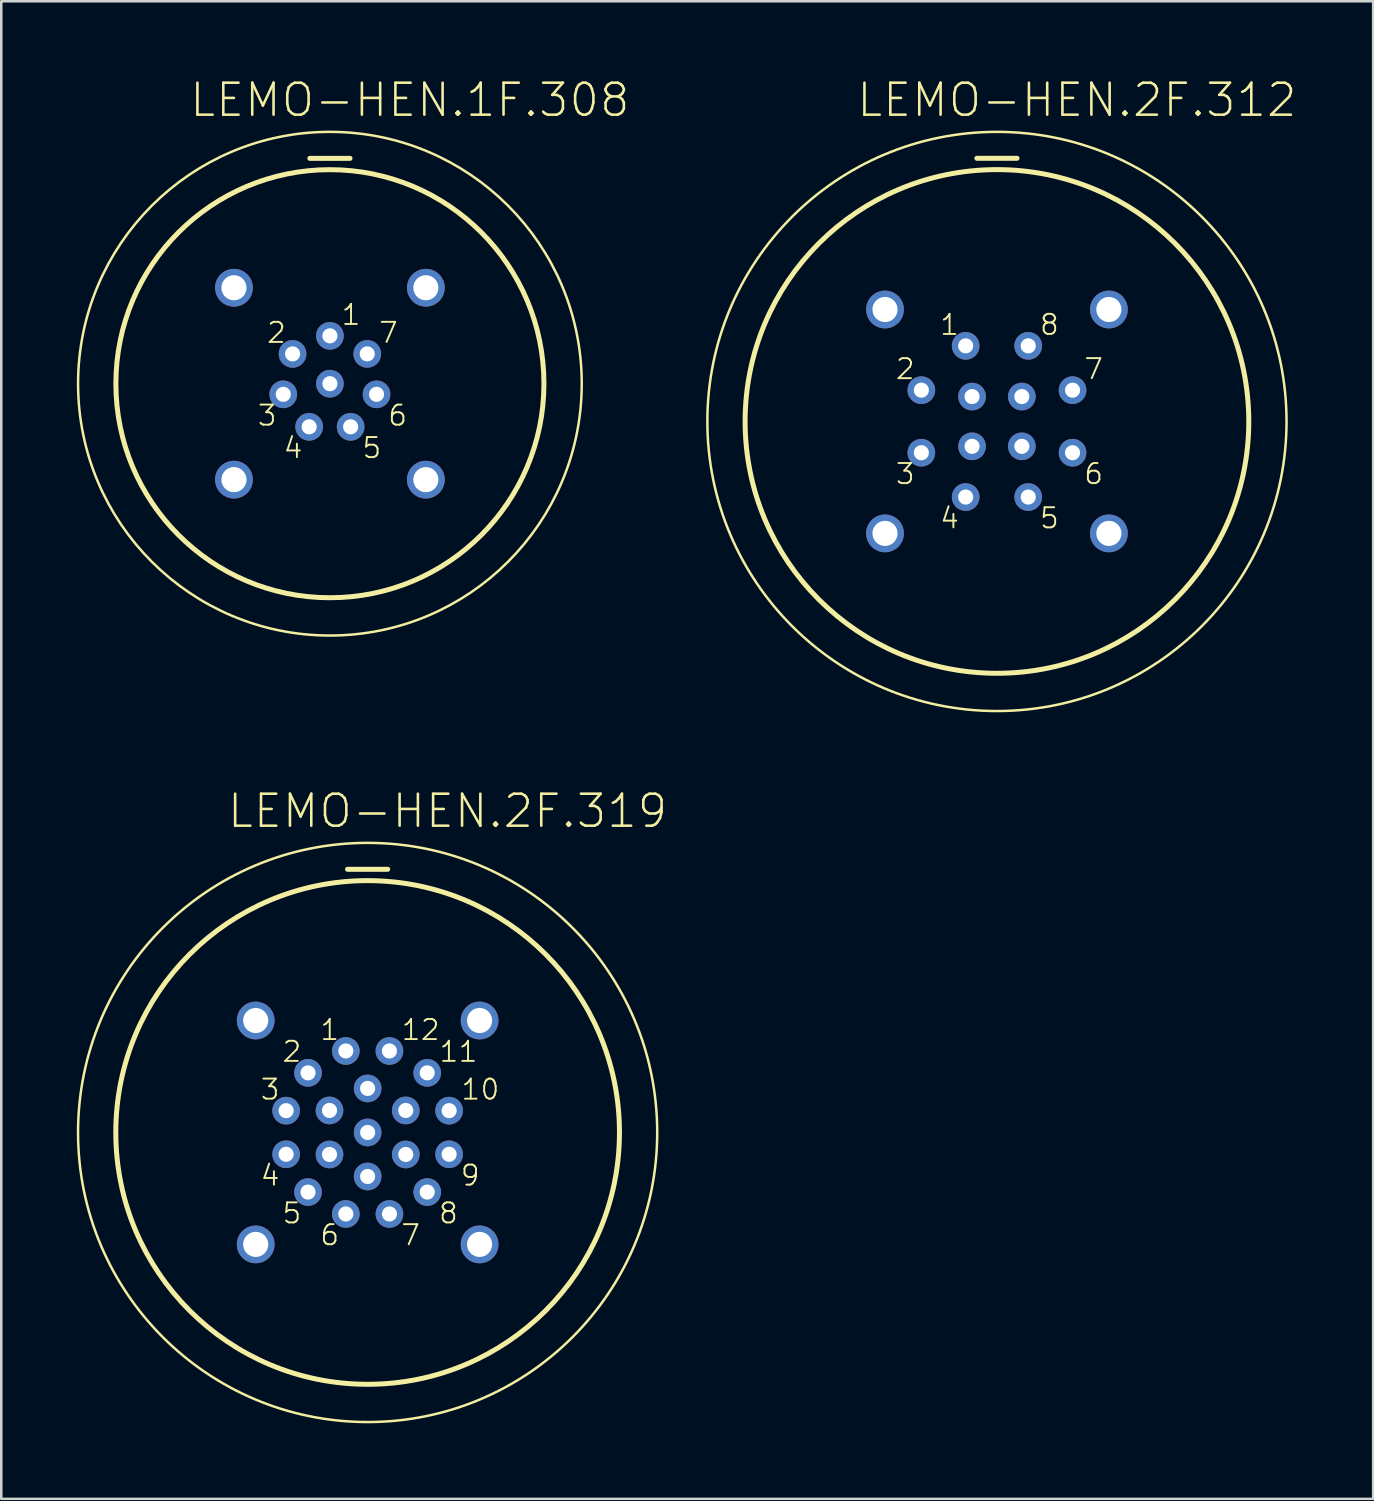
<source format=kicad_pcb>
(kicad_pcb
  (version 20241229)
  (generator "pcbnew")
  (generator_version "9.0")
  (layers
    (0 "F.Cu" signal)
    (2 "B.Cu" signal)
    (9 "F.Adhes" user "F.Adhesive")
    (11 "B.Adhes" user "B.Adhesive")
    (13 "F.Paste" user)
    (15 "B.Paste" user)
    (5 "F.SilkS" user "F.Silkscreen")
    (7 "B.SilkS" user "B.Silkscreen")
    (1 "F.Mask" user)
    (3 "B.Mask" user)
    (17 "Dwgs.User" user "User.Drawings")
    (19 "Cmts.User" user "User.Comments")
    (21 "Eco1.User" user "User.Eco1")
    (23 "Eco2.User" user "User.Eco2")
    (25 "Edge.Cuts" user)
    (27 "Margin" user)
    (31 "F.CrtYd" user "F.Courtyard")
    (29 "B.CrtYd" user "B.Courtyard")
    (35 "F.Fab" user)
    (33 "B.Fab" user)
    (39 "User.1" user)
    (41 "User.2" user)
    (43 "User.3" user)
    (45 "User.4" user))
  (footprint "LEMO-HEN.2F.319"
    (layer "F.Cu")
    (at 11.548 41.918)
    (property "Reference" "LEMO-HEN.2F.319" (at 3.175 -12.764 0) (layer "F.SilkS") (effects (font (size 1.27 1.27) (thickness 0.102))))
    (attr exclude_from_pos_files exclude_from_bom)
    (fp_line (start -0.798 -10.45) (end 0.798 -10.45) (stroke (width 0.198) (type solid)) (layer "F.SilkS"))
    (fp_circle (center 0 0) (end 0 -11.499) (stroke (width 0.099) (type solid)) (fill no) (layer "F.SilkS"))
    (fp_circle (center 0 0) (end 0 -10) (stroke (width 0.198) (type solid)) (fill no) (layer "F.SilkS"))
    (fp_text user "12" (at 2.106 -4.074 0) (layer "F.SilkS") (effects (font (size 0.798 0.798) (thickness 0.076))))
    (fp_text user "6" (at -1.506 4.074 0) (layer "F.SilkS") (effects (font (size 0.798 0.798) (thickness 0.076))))
    (fp_text user "9" (at 4.074 1.707 0) (layer "F.SilkS") (effects (font (size 0.798 0.798) (thickness 0.076))))
    (fp_text user "3" (at -3.873 -1.707 0) (layer "F.SilkS") (effects (font (size 0.798 0.798) (thickness 0.076))))
    (fp_text user "4" (at -3.873 1.707 0) (layer "F.SilkS") (effects (font (size 0.798 0.798) (thickness 0.076))))
    (fp_text user "10" (at 4.475 -1.707 0) (layer "F.SilkS") (effects (font (size 0.798 0.798) (thickness 0.076))))
    (fp_text user "8" (at 3.208 3.208 0) (layer "F.SilkS") (effects (font (size 0.798 0.798) (thickness 0.076))))
    (fp_text user "5" (at -3.007 3.208 0) (layer "F.SilkS") (effects (font (size 0.798 0.798) (thickness 0.076))))
    (fp_text user "11" (at 3.607 -3.208 0) (layer "F.SilkS") (effects (font (size 0.798 0.798) (thickness 0.076))))
    (fp_text user "2" (at -3.007 -3.208 0) (layer "F.SilkS") (effects (font (size 0.798 0.798) (thickness 0.076))))
    (fp_text user "7" (at 1.707 4.074 0) (layer "F.SilkS") (effects (font (size 0.798 0.798) (thickness 0.076))))
    (fp_text user "1" (at -1.506 -4.074 0) (layer "F.SilkS") (effects (font (size 0.798 0.798) (thickness 0.076))))
    (pad "1" thru_hole circle (at -0.866 -3.236) (size 1.1 1.1) (drill 0.599) (layers "*.Cu" "*.Paste" "*.Mask"))
    (pad "2" thru_hole circle (at -2.367 -2.367) (size 1.1 1.1) (drill 0.599) (layers "*.Cu" "*.Paste" "*.Mask"))
    (pad "3" thru_hole circle (at -3.236 -0.866) (size 1.1 1.1) (drill 0.599) (layers "*.Cu" "*.Paste" "*.Mask"))
    (pad "4" thru_hole circle (at -3.236 0.866) (size 1.1 1.1) (drill 0.599) (layers "*.Cu" "*.Paste" "*.Mask"))
    (pad "5" thru_hole circle (at -2.367 2.367) (size 1.1 1.1) (drill 0.599) (layers "*.Cu" "*.Paste" "*.Mask"))
    (pad "6" thru_hole circle (at -0.866 3.236) (size 1.1 1.1) (drill 0.599) (layers "*.Cu" "*.Paste" "*.Mask"))
    (pad "7" thru_hole circle (at 0.866 3.236) (size 1.1 1.1) (drill 0.599) (layers "*.Cu" "*.Paste" "*.Mask"))
    (pad "8" thru_hole circle (at 2.367 2.367) (size 1.1 1.1) (drill 0.599) (layers "*.Cu" "*.Paste" "*.Mask"))
    (pad "9" thru_hole circle (at 3.236 0.866) (size 1.1 1.1) (drill 0.599) (layers "*.Cu" "*.Paste" "*.Mask"))
    (pad "10" thru_hole circle (at 3.236 -0.866) (size 1.1 1.1) (drill 0.599) (layers "*.Cu" "*.Paste" "*.Mask"))
    (pad "11" thru_hole circle (at 2.367 -2.367) (size 1.1 1.1) (drill 0.599) (layers "*.Cu" "*.Paste" "*.Mask"))
    (pad "12" thru_hole circle (at 0.866 -3.236) (size 1.1 1.1) (drill 0.599) (layers "*.Cu" "*.Paste" "*.Mask"))
    (pad "13" thru_hole circle (at 0 -1.748) (size 1.1 1.1) (drill 0.599) (layers "*.Cu" "*.Paste" "*.Mask"))
    (pad "14" thru_hole circle (at -1.514 -0.874) (size 1.1 1.1) (drill 0.599) (layers "*.Cu" "*.Paste" "*.Mask"))
    (pad "15" thru_hole circle (at -1.514 0.874) (size 1.1 1.1) (drill 0.599) (layers "*.Cu" "*.Paste" "*.Mask"))
    (pad "16" thru_hole circle (at 0 1.748) (size 1.1 1.1) (drill 0.599) (layers "*.Cu" "*.Paste" "*.Mask"))
    (pad "17" thru_hole circle (at 1.514 0.874) (size 1.1 1.1) (drill 0.599) (layers "*.Cu" "*.Paste" "*.Mask"))
    (pad "18" thru_hole circle (at 1.514 -0.874) (size 1.1 1.1) (drill 0.599) (layers "*.Cu" "*.Paste" "*.Mask"))
    (pad "19" thru_hole circle (at 0 0) (size 1.1 1.1) (drill 0.599) (layers "*.Cu" "*.Paste" "*.Mask"))
    (pad "20" thru_hole circle (at -4.445 4.445) (size 1.499 1.499) (drill 0.998) (layers "*.Cu" "*.Paste" "*.Mask"))
    (pad "21" thru_hole circle (at 4.445 4.445) (size 1.499 1.499) (drill 0.998) (layers "*.Cu" "*.Paste" "*.Mask"))
    (pad "22" thru_hole circle (at 4.445 -4.445) (size 1.499 1.499) (drill 0.998) (layers "*.Cu" "*.Paste" "*.Mask"))
    (pad "23" thru_hole circle (at -4.445 -4.445) (size 1.499 1.499) (drill 0.998) (layers "*.Cu" "*.Paste" "*.Mask")))
  (footprint "LEMO-HEN.2F.312"
    (layer "F.Cu")
    (at 36.537 13.685)
    (property "Reference" "LEMO-HEN.2F.312" (at 3.175 -12.764 0) (layer "F.SilkS") (effects (font (size 1.27 1.27) (thickness 0.102))))
    (attr exclude_from_pos_files exclude_from_bom)
    (fp_line (start -0.798 -10.45) (end 0.798 -10.45) (stroke (width 0.198) (type solid)) (layer "F.SilkS"))
    (fp_circle (center 0 0) (end 0 -11.499) (stroke (width 0.099) (type solid)) (fill no) (layer "F.SilkS"))
    (fp_circle (center 0 0) (end 0 -10) (stroke (width 0.198) (type solid)) (fill no) (layer "F.SilkS"))
    (fp_text user "4" (at -1.882 3.84 0) (layer "F.SilkS") (effects (font (size 0.798 0.798) (thickness 0.076))))
    (fp_text user "7" (at 3.84 -2.083 0) (layer "F.SilkS") (effects (font (size 0.798 0.798) (thickness 0.076))))
    (fp_text user "6" (at 3.84 2.083 0) (layer "F.SilkS") (effects (font (size 0.798 0.798) (thickness 0.076))))
    (fp_text user "1" (at -1.882 -3.84 0) (layer "F.SilkS") (effects (font (size 0.798 0.798) (thickness 0.076))))
    (fp_text user "3" (at -3.642 2.083 0) (layer "F.SilkS") (effects (font (size 0.798 0.798) (thickness 0.076))))
    (fp_text user "5" (at 2.083 3.84 0) (layer "F.SilkS") (effects (font (size 0.798 0.798) (thickness 0.076))))
    (fp_text user "8" (at 2.083 -3.84 0) (layer "F.SilkS") (effects (font (size 0.798 0.798) (thickness 0.076))))
    (fp_text user "2" (at -3.642 -2.083 0) (layer "F.SilkS") (effects (font (size 0.798 0.798) (thickness 0.076))))
    (pad "1" thru_hole circle (at -1.242 -3.002) (size 1.1 1.1) (drill 0.599) (layers "*.Cu" "*.Paste" "*.Mask"))
    (pad "2" thru_hole circle (at -3.002 -1.242) (size 1.1 1.1) (drill 0.599) (layers "*.Cu" "*.Paste" "*.Mask"))
    (pad "3" thru_hole circle (at -3.002 1.242) (size 1.1 1.1) (drill 0.599) (layers "*.Cu" "*.Paste" "*.Mask"))
    (pad "4" thru_hole circle (at -1.242 3.002) (size 1.1 1.1) (drill 0.599) (layers "*.Cu" "*.Paste" "*.Mask"))
    (pad "5" thru_hole circle (at 1.242 3.002) (size 1.1 1.1) (drill 0.599) (layers "*.Cu" "*.Paste" "*.Mask"))
    (pad "6" thru_hole circle (at 3.002 1.242) (size 1.1 1.1) (drill 0.599) (layers "*.Cu" "*.Paste" "*.Mask"))
    (pad "7" thru_hole circle (at 3.002 -1.242) (size 1.1 1.1) (drill 0.599) (layers "*.Cu" "*.Paste" "*.Mask"))
    (pad "8" thru_hole circle (at 1.242 -3.002) (size 1.1 1.1) (drill 0.599) (layers "*.Cu" "*.Paste" "*.Mask"))
    (pad "9" thru_hole circle (at -0.988 -0.988) (size 1.1 1.1) (drill 0.599) (layers "*.Cu" "*.Paste" "*.Mask"))
    (pad "10" thru_hole circle (at -0.988 0.988) (size 1.1 1.1) (drill 0.599) (layers "*.Cu" "*.Paste" "*.Mask"))
    (pad "11" thru_hole circle (at 0.988 0.988) (size 1.1 1.1) (drill 0.599) (layers "*.Cu" "*.Paste" "*.Mask"))
    (pad "12" thru_hole circle (at 0.988 -0.988) (size 1.1 1.1) (drill 0.599) (layers "*.Cu" "*.Paste" "*.Mask"))
    (pad "14" thru_hole circle (at -4.445 4.445) (size 1.499 1.499) (drill 0.998) (layers "*.Cu" "*.Paste" "*.Mask"))
    (pad "15" thru_hole circle (at 4.445 4.445) (size 1.499 1.499) (drill 0.998) (layers "*.Cu" "*.Paste" "*.Mask"))
    (pad "16" thru_hole circle (at 4.445 -4.445) (size 1.499 1.499) (drill 0.998) (layers "*.Cu" "*.Paste" "*.Mask"))
    (pad "17" thru_hole circle (at -4.445 -4.445) (size 1.499 1.499) (drill 0.998) (layers "*.Cu" "*.Paste" "*.Mask")))
  (footprint "LEMO-HEN.1F.308"
    (layer "F.Cu")
    (at 10.05 12.186)
    (property "Reference" "LEMO-HEN.1F.308" (at 3.175 -11.265 0) (layer "F.SilkS") (effects (font (size 1.27 1.27) (thickness 0.102))))
    (attr exclude_from_pos_files exclude_from_bom)
    (fp_line (start -0.798 -8.948) (end 0.798 -8.948) (stroke (width 0.198) (type solid)) (layer "F.SilkS"))
    (fp_circle (center 0 0) (end 0 -10) (stroke (width 0.099) (type solid)) (fill no) (layer "F.SilkS"))
    (fp_circle (center 0 0) (end 0 -8.499) (stroke (width 0.198) (type solid)) (fill no) (layer "F.SilkS"))
    (fp_text user "1" (at 0.838 -2.738 0) (layer "F.SilkS") (effects (font (size 0.798 0.798) (thickness 0.076))))
    (fp_text user "7" (at 2.324 -2.024 0) (layer "F.SilkS") (effects (font (size 0.798 0.798) (thickness 0.076))))
    (fp_text user "5" (at 1.664 2.55 0) (layer "F.SilkS") (effects (font (size 0.798 0.798) (thickness 0.076))))
    (fp_text user "4" (at -1.463 2.55 0) (layer "F.SilkS") (effects (font (size 0.798 0.798) (thickness 0.076))))
    (fp_text user "2" (at -2.123 -2.024 0) (layer "F.SilkS") (effects (font (size 0.798 0.798) (thickness 0.076))))
    (fp_text user "6" (at 2.69 1.262 0) (layer "F.SilkS") (effects (font (size 0.798 0.798) (thickness 0.076))))
    (fp_text user "3" (at -2.492 1.262 0) (layer "F.SilkS") (effects (font (size 0.798 0.798) (thickness 0.076))))
    (fp_text user "The 3d model is wrong, we know" (at 0.2 5.2 0) (layer "Eco1.User") (effects (font (size 0.25 0.25) (thickness 0.05))))
    (pad "1" thru_hole circle (at 0 -1.9) (size 1.1 1.1) (drill 0.599) (layers "*.Cu" "*.Paste" "*.Mask"))
    (pad "2" thru_hole circle (at -1.483 -1.184) (size 1.1 1.1) (drill 0.599) (layers "*.Cu" "*.Paste" "*.Mask"))
    (pad "3" thru_hole circle (at -1.852 0.422) (size 1.1 1.1) (drill 0.599) (layers "*.Cu" "*.Paste" "*.Mask"))
    (pad "4" thru_hole circle (at -0.823 1.712) (size 1.1 1.1) (drill 0.599) (layers "*.Cu" "*.Paste" "*.Mask"))
    (pad "5" thru_hole circle (at 0.823 1.712) (size 1.1 1.1) (drill 0.599) (layers "*.Cu" "*.Paste" "*.Mask"))
    (pad "6" thru_hole circle (at 1.852 0.422) (size 1.1 1.1) (drill 0.599) (layers "*.Cu" "*.Paste" "*.Mask"))
    (pad "7" thru_hole circle (at 1.483 -1.184) (size 1.1 1.1) (drill 0.599) (layers "*.Cu" "*.Paste" "*.Mask"))
    (pad "8" thru_hole circle (at 0 0) (size 1.1 1.1) (drill 0.599) (layers "*.Cu" "*.Paste" "*.Mask"))
    (pad "10" thru_hole circle (at -3.81 3.81) (size 1.499 1.499) (drill 0.998) (layers "*.Cu" "*.Paste" "*.Mask"))
    (pad "11" thru_hole circle (at 3.81 3.81) (size 1.499 1.499) (drill 0.998) (layers "*.Cu" "*.Paste" "*.Mask"))
    (pad "12" thru_hole circle (at 3.81 -3.81) (size 1.499 1.499) (drill 0.998) (layers "*.Cu" "*.Paste" "*.Mask"))
    (pad "13" thru_hole circle (at -3.81 -3.81) (size 1.499 1.499) (drill 0.998) (layers "*.Cu" "*.Paste" "*.Mask")))
  (gr_rect
    (start -3 -3)
    (end 51.476 56.466)
    (stroke (width 0.1) (type default))
    (fill no)
    (layer "Edge.Cuts")))
</source>
